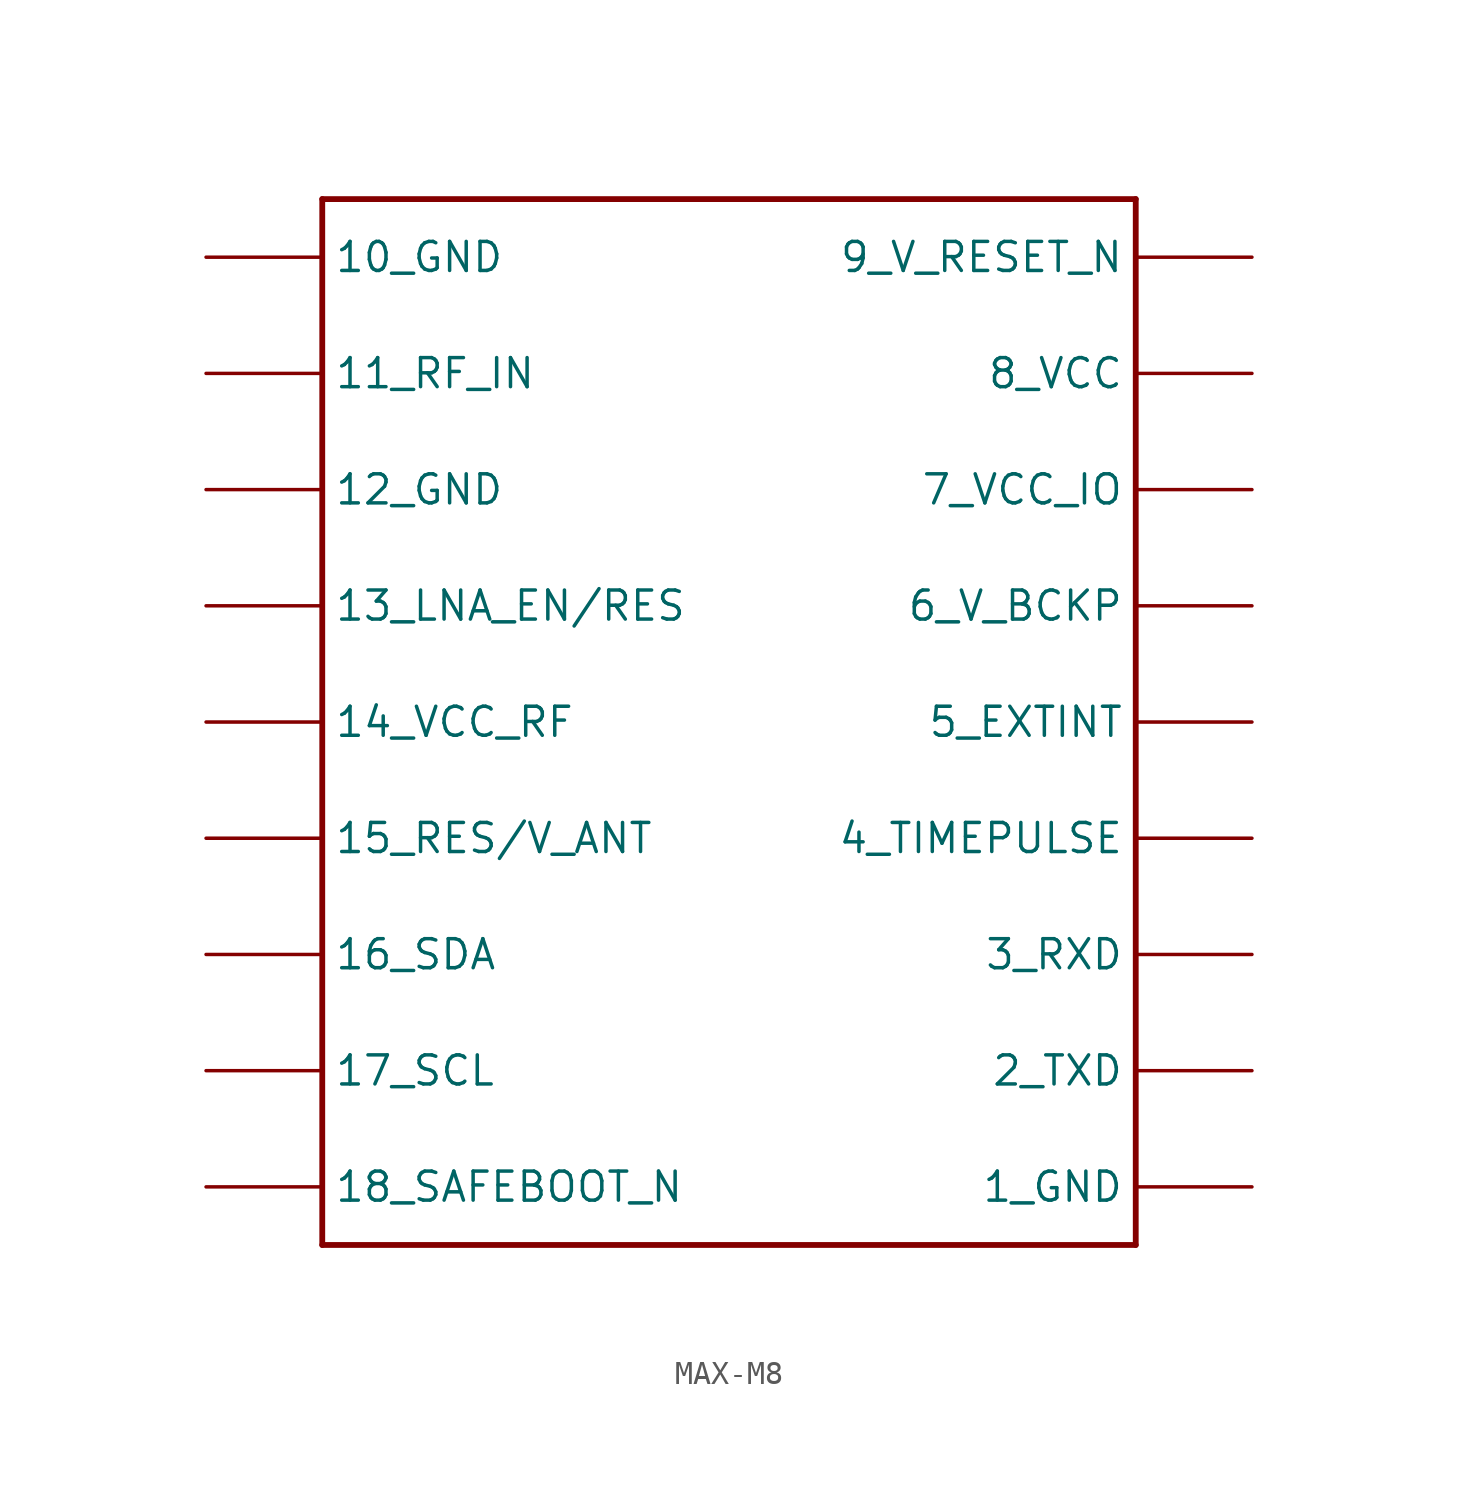
<source format=kicad_sym>
(kicad_symbol_lib
  (version 20220914)
  (generator kicad_symbol_editor)
  (symbol "MAX-M8"
    (property "Reference" ""
      (at 0 0 0)
      (effects (font (size 1.27 1.27)) hide))
    (property "ki_locked" ""
      (at 0 0 0)
      (effects (font (size 1.27 1.27))))
    (symbol "MAX-M8_1_0"
      (polyline (pts (xy -17.78 -27.94) (xy 17.78 -27.94)) (stroke (width 0.254) (type solid)) (fill (type none)))
      (polyline (pts (xy -17.78 17.78) (xy -17.78 -27.94)) (stroke (width 0.254) (type solid)) (fill (type none)))
      (polyline (pts (xy 17.78 -27.94) (xy 17.78 17.78)) (stroke (width 0.254) (type solid)) (fill (type none)))
      (polyline (pts (xy 17.78 17.78) (xy -17.78 17.78)) (stroke (width 0.254) (type solid)) (fill (type none)))
      (pin power_in line (at -22.86 15.24 0) (length 5.08) (name "10_GND" (effects (font (size 1.27 1.27)))) (number "10_GND" (effects (font (size 0 0)))))
      (pin bidirectional line (at -22.86 10.16 0) (length 5.08) (name "11_RF_IN" (effects (font (size 1.27 1.27)))) (number "11_RF_IN" (effects (font (size 0 0)))))
      (pin power_in line (at -22.86 5.08 0) (length 5.08) (name "12_GND" (effects (font (size 1.27 1.27)))) (number "12_GND" (effects (font (size 0 0)))))
      (pin bidirectional line (at -22.86 0 0) (length 5.08) (name "13_LNA_EN/RES" (effects (font (size 1.27 1.27)))) (number "13_LNA_EN" (effects (font (size 0 0)))))
      (pin bidirectional line (at -22.86 -5.08 0) (length 5.08) (name "14_VCC_RF" (effects (font (size 1.27 1.27)))) (number "14_VCC_RF" (effects (font (size 0 0)))))
      (pin bidirectional line (at -22.86 -10.16 0) (length 5.08) (name "15_RES/V_ANT" (effects (font (size 1.27 1.27)))) (number "15_V_ANT/RESERVED" (effects (font (size 0 0)))))
      (pin bidirectional line (at -22.86 -15.24 0) (length 5.08) (name "16_SDA" (effects (font (size 1.27 1.27)))) (number "16_SDA" (effects (font (size 0 0)))))
      (pin bidirectional line (at -22.86 -20.32 0) (length 5.08) (name "17_SCL" (effects (font (size 1.27 1.27)))) (number "17_SCL" (effects (font (size 0 0)))))
      (pin bidirectional line (at -22.86 -25.4 0) (length 5.08) (name "18_SAFEBOOT_N" (effects (font (size 1.27 1.27)))) (number "18_SAFEBOOT_N" (effects (font (size 0 0)))))
      (pin power_in line (at 22.86 -25.4 180) (length 5.08) (name "1_GND" (effects (font (size 1.27 1.27)))) (number "1_GND" (effects (font (size 0 0)))))
      (pin bidirectional line (at 22.86 -20.32 180) (length 5.08) (name "2_TXD" (effects (font (size 1.27 1.27)))) (number "2_TXD" (effects (font (size 0 0)))))
      (pin bidirectional line (at 22.86 -15.24 180) (length 5.08) (name "3_RXD" (effects (font (size 1.27 1.27)))) (number "3_RXD" (effects (font (size 0 0)))))
      (pin bidirectional line (at 22.86 -10.16 180) (length 5.08) (name "4_TIMEPULSE" (effects (font (size 1.27 1.27)))) (number "4_TIMEPULSE" (effects (font (size 0 0)))))
      (pin bidirectional line (at 22.86 -5.08 180) (length 5.08) (name "5_EXTINT" (effects (font (size 1.27 1.27)))) (number "5_EXTINT" (effects (font (size 0 0)))))
      (pin bidirectional line (at 22.86 0 180) (length 5.08) (name "6_V_BCKP" (effects (font (size 1.27 1.27)))) (number "6_V_BCKP" (effects (font (size 0 0)))))
      (pin power_in line (at 22.86 5.08 180) (length 5.08) (name "7_VCC_IO" (effects (font (size 1.27 1.27)))) (number "7_VCC_IO" (effects (font (size 0 0)))))
      (pin power_in line (at 22.86 10.16 180) (length 5.08) (name "8_VCC" (effects (font (size 1.27 1.27)))) (number "8_VCC" (effects (font (size 0 0)))))
      (pin power_in line (at 22.86 15.24 180) (length 5.08) (name "9_V_RESET_N" (effects (font (size 1.27 1.27)))) (number "9_RESET_N" (effects (font (size 0 0))))))))
</source>
